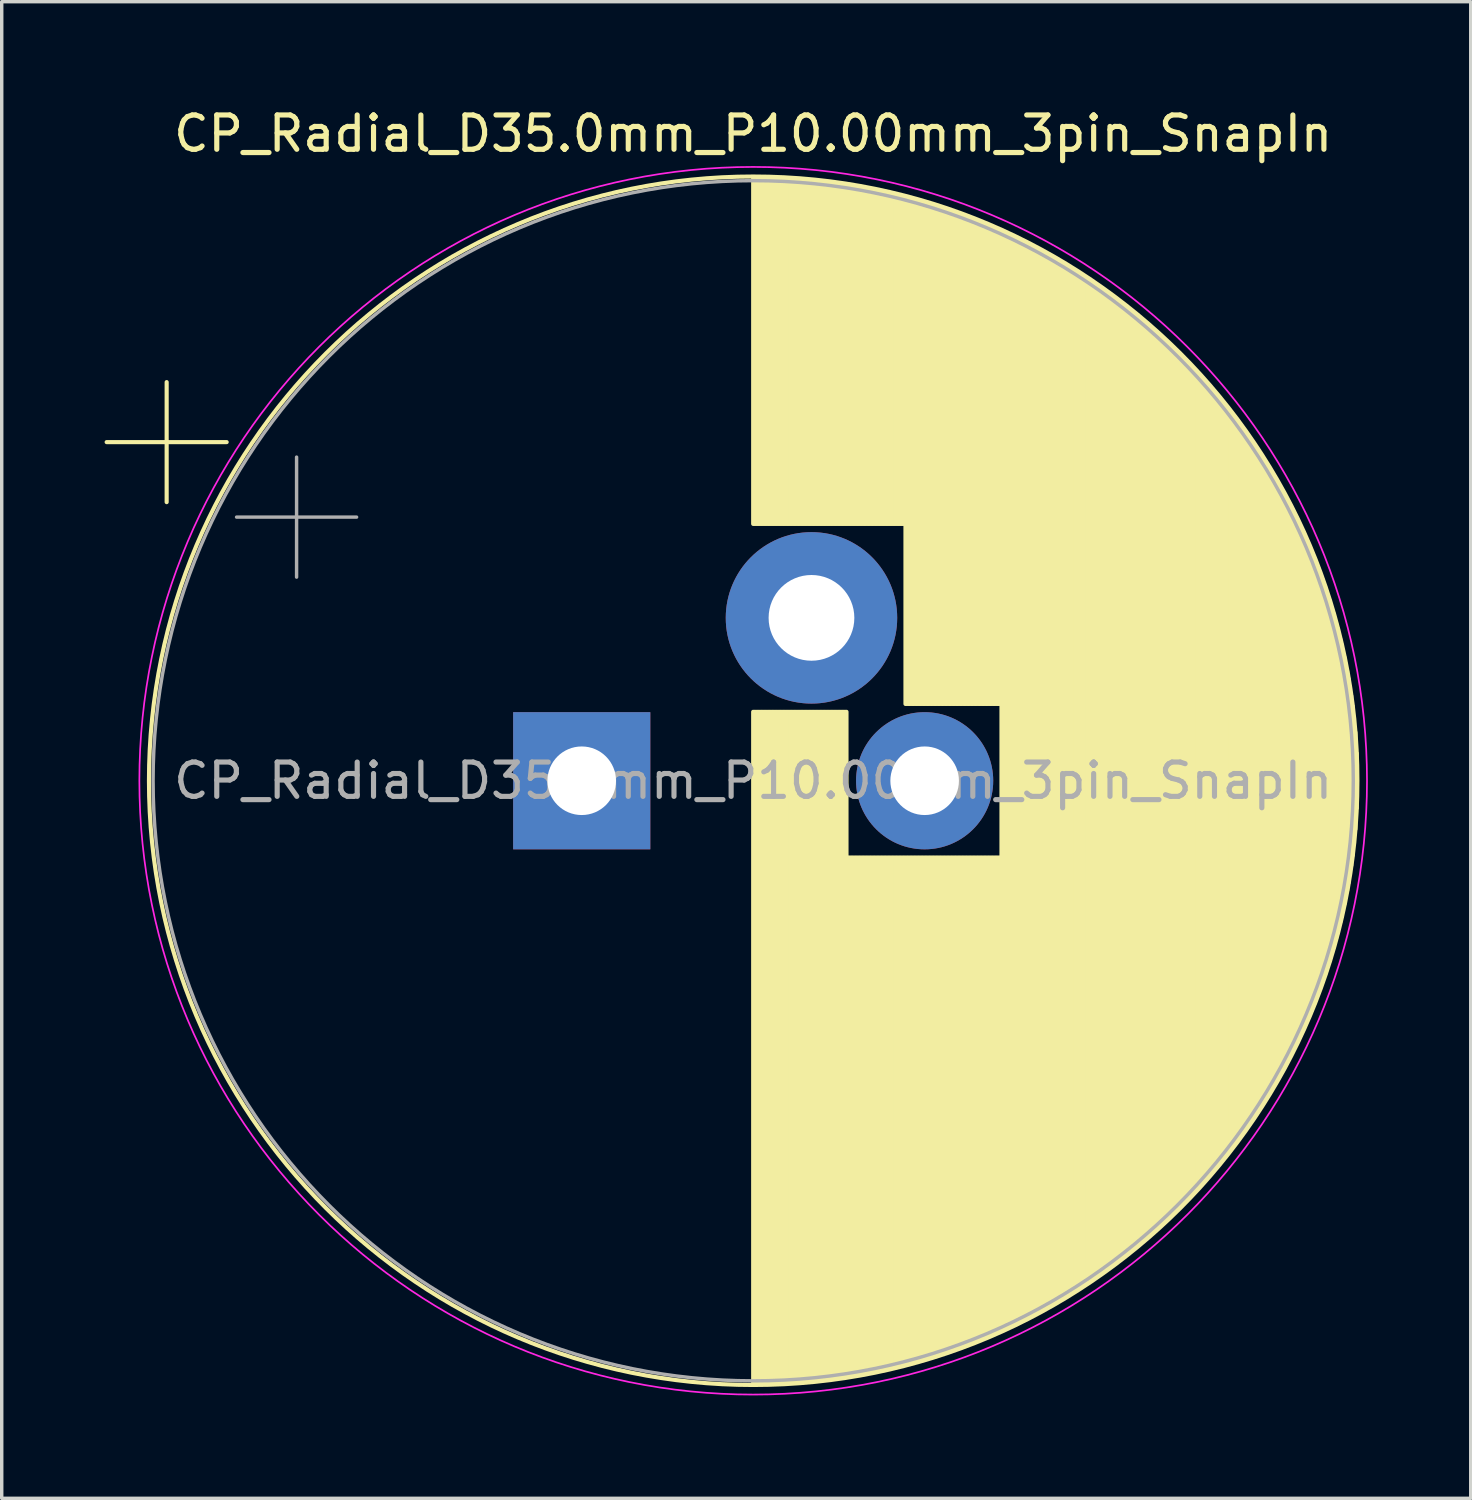
<source format=kicad_pcb>
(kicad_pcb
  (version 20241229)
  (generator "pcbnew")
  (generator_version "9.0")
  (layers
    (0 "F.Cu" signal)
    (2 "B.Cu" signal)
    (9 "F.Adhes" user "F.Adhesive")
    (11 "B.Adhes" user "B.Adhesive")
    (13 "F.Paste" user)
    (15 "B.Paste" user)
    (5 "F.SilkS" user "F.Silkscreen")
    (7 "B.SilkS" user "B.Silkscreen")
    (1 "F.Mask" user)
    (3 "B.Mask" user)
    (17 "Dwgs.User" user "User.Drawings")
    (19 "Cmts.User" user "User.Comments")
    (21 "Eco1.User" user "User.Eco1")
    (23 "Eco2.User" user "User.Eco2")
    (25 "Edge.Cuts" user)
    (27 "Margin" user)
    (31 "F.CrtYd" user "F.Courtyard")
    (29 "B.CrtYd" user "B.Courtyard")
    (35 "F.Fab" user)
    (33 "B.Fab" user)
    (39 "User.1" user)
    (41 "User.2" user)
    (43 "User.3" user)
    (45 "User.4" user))
  (footprint "CP_Radial_D35.0mm_P10.00mm_3pin_SnapIn"
    (layer "F.Cu")
    (at 13.914 19.718)
    (property "Reference" "CP_Radial_D35.0mm_P10.00mm_3pin_SnapIn" (at 5 -18.87 0) (layer "F.SilkS") (effects (font (size 1 1) (thickness 0.15))))
    (attr through_hole)
    (fp_line (start -13.854 -9.875) (end -10.354 -9.875) (stroke (width 0.12) (type solid)) (layer "F.SilkS"))
    (fp_line (start -12.104 -11.625) (end -12.104 -8.125) (stroke (width 0.12) (type solid)) (layer "F.SilkS"))
    (fp_line (start 5 -17.58) (end 5 -7.49) (stroke (width 0.12) (type solid)) (layer "F.SilkS"))
    (fp_line (start 5 -2.01) (end 5 17.58) (stroke (width 0.12) (type solid)) (layer "F.SilkS"))
    (fp_line (start 5.04 -17.58) (end 5.04 -7.49) (stroke (width 0.12) (type solid)) (layer "F.SilkS"))
    (fp_line (start 5.04 -2.01) (end 5.04 17.58) (stroke (width 0.12) (type solid)) (layer "F.SilkS"))
    (fp_line (start 5.08 -17.58) (end 5.08 -7.49) (stroke (width 0.12) (type solid)) (layer "F.SilkS"))
    (fp_line (start 5.08 -2.01) (end 5.08 17.58) (stroke (width 0.12) (type solid)) (layer "F.SilkS"))
    (fp_line (start 5.12 -17.58) (end 5.12 -7.49) (stroke (width 0.12) (type solid)) (layer "F.SilkS"))
    (fp_line (start 5.12 -2.01) (end 5.12 17.58) (stroke (width 0.12) (type solid)) (layer "F.SilkS"))
    (fp_line (start 5.16 -17.58) (end 5.16 -7.49) (stroke (width 0.12) (type solid)) (layer "F.SilkS"))
    (fp_line (start 5.16 -2.01) (end 5.16 17.58) (stroke (width 0.12) (type solid)) (layer "F.SilkS"))
    (fp_line (start 5.2 -17.579) (end 5.2 -7.49) (stroke (width 0.12) (type solid)) (layer "F.SilkS"))
    (fp_line (start 5.2 -2.01) (end 5.2 17.579) (stroke (width 0.12) (type solid)) (layer "F.SilkS"))
    (fp_line (start 5.24 -17.579) (end 5.24 -7.49) (stroke (width 0.12) (type solid)) (layer "F.SilkS"))
    (fp_line (start 5.24 -2.01) (end 5.24 17.579) (stroke (width 0.12) (type solid)) (layer "F.SilkS"))
    (fp_line (start 5.28 -17.578) (end 5.28 -7.49) (stroke (width 0.12) (type solid)) (layer "F.SilkS"))
    (fp_line (start 5.28 -2.01) (end 5.28 17.578) (stroke (width 0.12) (type solid)) (layer "F.SilkS"))
    (fp_line (start 5.32 -17.578) (end 5.32 -7.49) (stroke (width 0.12) (type solid)) (layer "F.SilkS"))
    (fp_line (start 5.32 -2.01) (end 5.32 17.578) (stroke (width 0.12) (type solid)) (layer "F.SilkS"))
    (fp_line (start 5.36 -17.577) (end 5.36 -7.49) (stroke (width 0.12) (type solid)) (layer "F.SilkS"))
    (fp_line (start 5.36 -2.01) (end 5.36 17.577) (stroke (width 0.12) (type solid)) (layer "F.SilkS"))
    (fp_line (start 5.4 -17.576) (end 5.4 -7.49) (stroke (width 0.12) (type solid)) (layer "F.SilkS"))
    (fp_line (start 5.4 -2.01) (end 5.4 17.576) (stroke (width 0.12) (type solid)) (layer "F.SilkS"))
    (fp_line (start 5.44 -17.575) (end 5.44 -7.49) (stroke (width 0.12) (type solid)) (layer "F.SilkS"))
    (fp_line (start 5.44 -2.01) (end 5.44 17.575) (stroke (width 0.12) (type solid)) (layer "F.SilkS"))
    (fp_line (start 5.48 -17.574) (end 5.48 -7.49) (stroke (width 0.12) (type solid)) (layer "F.SilkS"))
    (fp_line (start 5.48 -2.01) (end 5.48 17.574) (stroke (width 0.12) (type solid)) (layer "F.SilkS"))
    (fp_line (start 5.52 -17.573) (end 5.52 -7.49) (stroke (width 0.12) (type solid)) (layer "F.SilkS"))
    (fp_line (start 5.52 -2.01) (end 5.52 17.573) (stroke (width 0.12) (type solid)) (layer "F.SilkS"))
    (fp_line (start 5.56 -17.572) (end 5.56 -7.49) (stroke (width 0.12) (type solid)) (layer "F.SilkS"))
    (fp_line (start 5.56 -2.01) (end 5.56 17.572) (stroke (width 0.12) (type solid)) (layer "F.SilkS"))
    (fp_line (start 5.6 -17.57) (end 5.6 -7.49) (stroke (width 0.12) (type solid)) (layer "F.SilkS"))
    (fp_line (start 5.6 -2.01) (end 5.6 17.57) (stroke (width 0.12) (type solid)) (layer "F.SilkS"))
    (fp_line (start 5.64 -17.569) (end 5.64 -7.49) (stroke (width 0.12) (type solid)) (layer "F.SilkS"))
    (fp_line (start 5.64 -2.01) (end 5.64 17.569) (stroke (width 0.12) (type solid)) (layer "F.SilkS"))
    (fp_line (start 5.68 -17.567) (end 5.68 -7.49) (stroke (width 0.12) (type solid)) (layer "F.SilkS"))
    (fp_line (start 5.68 -2.01) (end 5.68 17.567) (stroke (width 0.12) (type solid)) (layer "F.SilkS"))
    (fp_line (start 5.721 -17.566) (end 5.721 -7.49) (stroke (width 0.12) (type solid)) (layer "F.SilkS"))
    (fp_line (start 5.721 -2.01) (end 5.721 17.566) (stroke (width 0.12) (type solid)) (layer "F.SilkS"))
    (fp_line (start 5.761 -17.564) (end 5.761 -7.49) (stroke (width 0.12) (type solid)) (layer "F.SilkS"))
    (fp_line (start 5.761 -2.01) (end 5.761 17.564) (stroke (width 0.12) (type solid)) (layer "F.SilkS"))
    (fp_line (start 5.801 -17.562) (end 5.801 -7.49) (stroke (width 0.12) (type solid)) (layer "F.SilkS"))
    (fp_line (start 5.801 -2.01) (end 5.801 17.562) (stroke (width 0.12) (type solid)) (layer "F.SilkS"))
    (fp_line (start 5.841 -17.56) (end 5.841 -7.49) (stroke (width 0.12) (type solid)) (layer "F.SilkS"))
    (fp_line (start 5.841 -2.01) (end 5.841 17.56) (stroke (width 0.12) (type solid)) (layer "F.SilkS"))
    (fp_line (start 5.881 -17.559) (end 5.881 -7.49) (stroke (width 0.12) (type solid)) (layer "F.SilkS"))
    (fp_line (start 5.881 -2.01) (end 5.881 17.559) (stroke (width 0.12) (type solid)) (layer "F.SilkS"))
    (fp_line (start 5.921 -17.556) (end 5.921 -7.49) (stroke (width 0.12) (type solid)) (layer "F.SilkS"))
    (fp_line (start 5.921 -2.01) (end 5.921 17.556) (stroke (width 0.12) (type solid)) (layer "F.SilkS"))
    (fp_line (start 5.961 -17.554) (end 5.961 -7.49) (stroke (width 0.12) (type solid)) (layer "F.SilkS"))
    (fp_line (start 5.961 -2.01) (end 5.961 17.554) (stroke (width 0.12) (type solid)) (layer "F.SilkS"))
    (fp_line (start 6.001 -17.552) (end 6.001 -7.49) (stroke (width 0.12) (type solid)) (layer "F.SilkS"))
    (fp_line (start 6.001 -2.01) (end 6.001 17.552) (stroke (width 0.12) (type solid)) (layer "F.SilkS"))
    (fp_line (start 6.041 -17.55) (end 6.041 -7.49) (stroke (width 0.12) (type solid)) (layer "F.SilkS"))
    (fp_line (start 6.041 -2.01) (end 6.041 17.55) (stroke (width 0.12) (type solid)) (layer "F.SilkS"))
    (fp_line (start 6.081 -17.547) (end 6.081 -7.49) (stroke (width 0.12) (type solid)) (layer "F.SilkS"))
    (fp_line (start 6.081 -2.01) (end 6.081 17.547) (stroke (width 0.12) (type solid)) (layer "F.SilkS"))
    (fp_line (start 6.121 -17.545) (end 6.121 -7.49) (stroke (width 0.12) (type solid)) (layer "F.SilkS"))
    (fp_line (start 6.121 -2.01) (end 6.121 17.545) (stroke (width 0.12) (type solid)) (layer "F.SilkS"))
    (fp_line (start 6.161 -17.542) (end 6.161 -7.49) (stroke (width 0.12) (type solid)) (layer "F.SilkS"))
    (fp_line (start 6.161 -2.01) (end 6.161 17.542) (stroke (width 0.12) (type solid)) (layer "F.SilkS"))
    (fp_line (start 6.201 -17.54) (end 6.201 -7.49) (stroke (width 0.12) (type solid)) (layer "F.SilkS"))
    (fp_line (start 6.201 -2.01) (end 6.201 17.54) (stroke (width 0.12) (type solid)) (layer "F.SilkS"))
    (fp_line (start 6.241 -17.537) (end 6.241 -7.49) (stroke (width 0.12) (type solid)) (layer "F.SilkS"))
    (fp_line (start 6.241 -2.01) (end 6.241 17.537) (stroke (width 0.12) (type solid)) (layer "F.SilkS"))
    (fp_line (start 6.281 -17.534) (end 6.281 -7.49) (stroke (width 0.12) (type solid)) (layer "F.SilkS"))
    (fp_line (start 6.281 -2.01) (end 6.281 17.534) (stroke (width 0.12) (type solid)) (layer "F.SilkS"))
    (fp_line (start 6.321 -17.531) (end 6.321 -7.49) (stroke (width 0.12) (type solid)) (layer "F.SilkS"))
    (fp_line (start 6.321 -2.01) (end 6.321 17.531) (stroke (width 0.12) (type solid)) (layer "F.SilkS"))
    (fp_line (start 6.361 -17.528) (end 6.361 -7.49) (stroke (width 0.12) (type solid)) (layer "F.SilkS"))
    (fp_line (start 6.361 -2.01) (end 6.361 17.528) (stroke (width 0.12) (type solid)) (layer "F.SilkS"))
    (fp_line (start 6.401 -17.525) (end 6.401 -7.49) (stroke (width 0.12) (type solid)) (layer "F.SilkS"))
    (fp_line (start 6.401 -2.01) (end 6.401 17.525) (stroke (width 0.12) (type solid)) (layer "F.SilkS"))
    (fp_line (start 6.441 -17.522) (end 6.441 -7.49) (stroke (width 0.12) (type solid)) (layer "F.SilkS"))
    (fp_line (start 6.441 -2.01) (end 6.441 17.522) (stroke (width 0.12) (type solid)) (layer "F.SilkS"))
    (fp_line (start 6.481 -17.518) (end 6.481 -7.49) (stroke (width 0.12) (type solid)) (layer "F.SilkS"))
    (fp_line (start 6.481 -2.01) (end 6.481 17.518) (stroke (width 0.12) (type solid)) (layer "F.SilkS"))
    (fp_line (start 6.521 -17.515) (end 6.521 -7.49) (stroke (width 0.12) (type solid)) (layer "F.SilkS"))
    (fp_line (start 6.521 -2.01) (end 6.521 17.515) (stroke (width 0.12) (type solid)) (layer "F.SilkS"))
    (fp_line (start 6.561 -17.511) (end 6.561 -7.49) (stroke (width 0.12) (type solid)) (layer "F.SilkS"))
    (fp_line (start 6.561 -2.01) (end 6.561 17.511) (stroke (width 0.12) (type solid)) (layer "F.SilkS"))
    (fp_line (start 6.601 -17.508) (end 6.601 -7.49) (stroke (width 0.12) (type solid)) (layer "F.SilkS"))
    (fp_line (start 6.601 -2.01) (end 6.601 17.508) (stroke (width 0.12) (type solid)) (layer "F.SilkS"))
    (fp_line (start 6.641 -17.504) (end 6.641 -7.49) (stroke (width 0.12) (type solid)) (layer "F.SilkS"))
    (fp_line (start 6.641 -2.01) (end 6.641 17.504) (stroke (width 0.12) (type solid)) (layer "F.SilkS"))
    (fp_line (start 6.681 -17.5) (end 6.681 -7.49) (stroke (width 0.12) (type solid)) (layer "F.SilkS"))
    (fp_line (start 6.681 -2.01) (end 6.681 17.5) (stroke (width 0.12) (type solid)) (layer "F.SilkS"))
    (fp_line (start 6.721 -17.496) (end 6.721 -7.49) (stroke (width 0.12) (type solid)) (layer "F.SilkS"))
    (fp_line (start 6.721 -2.01) (end 6.721 17.496) (stroke (width 0.12) (type solid)) (layer "F.SilkS"))
    (fp_line (start 6.761 -17.492) (end 6.761 -7.49) (stroke (width 0.12) (type solid)) (layer "F.SilkS"))
    (fp_line (start 6.761 -2.01) (end 6.761 17.492) (stroke (width 0.12) (type solid)) (layer "F.SilkS"))
    (fp_line (start 6.801 -17.488) (end 6.801 -7.49) (stroke (width 0.12) (type solid)) (layer "F.SilkS"))
    (fp_line (start 6.801 -2.01) (end 6.801 17.488) (stroke (width 0.12) (type solid)) (layer "F.SilkS"))
    (fp_line (start 6.841 -17.484) (end 6.841 -7.49) (stroke (width 0.12) (type solid)) (layer "F.SilkS"))
    (fp_line (start 6.841 -2.01) (end 6.841 17.484) (stroke (width 0.12) (type solid)) (layer "F.SilkS"))
    (fp_line (start 6.881 -17.48) (end 6.881 -7.49) (stroke (width 0.12) (type solid)) (layer "F.SilkS"))
    (fp_line (start 6.881 -2.01) (end 6.881 17.48) (stroke (width 0.12) (type solid)) (layer "F.SilkS"))
    (fp_line (start 6.921 -17.476) (end 6.921 -7.49) (stroke (width 0.12) (type solid)) (layer "F.SilkS"))
    (fp_line (start 6.921 -2.01) (end 6.921 17.476) (stroke (width 0.12) (type solid)) (layer "F.SilkS"))
    (fp_line (start 6.961 -17.471) (end 6.961 -7.49) (stroke (width 0.12) (type solid)) (layer "F.SilkS"))
    (fp_line (start 6.961 -2.01) (end 6.961 17.471) (stroke (width 0.12) (type solid)) (layer "F.SilkS"))
    (fp_line (start 7.001 -17.467) (end 7.001 -7.49) (stroke (width 0.12) (type solid)) (layer "F.SilkS"))
    (fp_line (start 7.001 -2.01) (end 7.001 17.467) (stroke (width 0.12) (type solid)) (layer "F.SilkS"))
    (fp_line (start 7.041 -17.462) (end 7.041 -7.49) (stroke (width 0.12) (type solid)) (layer "F.SilkS"))
    (fp_line (start 7.041 -2.01) (end 7.041 17.462) (stroke (width 0.12) (type solid)) (layer "F.SilkS"))
    (fp_line (start 7.081 -17.457) (end 7.081 -7.49) (stroke (width 0.12) (type solid)) (layer "F.SilkS"))
    (fp_line (start 7.081 -2.01) (end 7.081 17.457) (stroke (width 0.12) (type solid)) (layer "F.SilkS"))
    (fp_line (start 7.121 -17.452) (end 7.121 -7.49) (stroke (width 0.12) (type solid)) (layer "F.SilkS"))
    (fp_line (start 7.121 -2.01) (end 7.121 17.452) (stroke (width 0.12) (type solid)) (layer "F.SilkS"))
    (fp_line (start 7.161 -17.448) (end 7.161 -7.49) (stroke (width 0.12) (type solid)) (layer "F.SilkS"))
    (fp_line (start 7.161 -2.01) (end 7.161 17.448) (stroke (width 0.12) (type solid)) (layer "F.SilkS"))
    (fp_line (start 7.201 -17.443) (end 7.201 -7.49) (stroke (width 0.12) (type solid)) (layer "F.SilkS"))
    (fp_line (start 7.201 -2.01) (end 7.201 17.443) (stroke (width 0.12) (type solid)) (layer "F.SilkS"))
    (fp_line (start 7.241 -17.438) (end 7.241 -7.49) (stroke (width 0.12) (type solid)) (layer "F.SilkS"))
    (fp_line (start 7.241 -2.01) (end 7.241 17.438) (stroke (width 0.12) (type solid)) (layer "F.SilkS"))
    (fp_line (start 7.281 -17.432) (end 7.281 -7.49) (stroke (width 0.12) (type solid)) (layer "F.SilkS"))
    (fp_line (start 7.281 -2.01) (end 7.281 17.432) (stroke (width 0.12) (type solid)) (layer "F.SilkS"))
    (fp_line (start 7.321 -17.427) (end 7.321 -7.49) (stroke (width 0.12) (type solid)) (layer "F.SilkS"))
    (fp_line (start 7.321 -2.01) (end 7.321 17.427) (stroke (width 0.12) (type solid)) (layer "F.SilkS"))
    (fp_line (start 7.361 -17.422) (end 7.361 -7.49) (stroke (width 0.12) (type solid)) (layer "F.SilkS"))
    (fp_line (start 7.361 -2.01) (end 7.361 17.422) (stroke (width 0.12) (type solid)) (layer "F.SilkS"))
    (fp_line (start 7.401 -17.416) (end 7.401 -7.49) (stroke (width 0.12) (type solid)) (layer "F.SilkS"))
    (fp_line (start 7.401 -2.01) (end 7.401 17.416) (stroke (width 0.12) (type solid)) (layer "F.SilkS"))
    (fp_line (start 7.441 -17.411) (end 7.441 -7.49) (stroke (width 0.12) (type solid)) (layer "F.SilkS"))
    (fp_line (start 7.441 -2.01) (end 7.441 17.411) (stroke (width 0.12) (type solid)) (layer "F.SilkS"))
    (fp_line (start 7.481 -17.405) (end 7.481 -7.49) (stroke (width 0.12) (type solid)) (layer "F.SilkS"))
    (fp_line (start 7.481 -2.01) (end 7.481 17.405) (stroke (width 0.12) (type solid)) (layer "F.SilkS"))
    (fp_line (start 7.521 -17.399) (end 7.521 -7.49) (stroke (width 0.12) (type solid)) (layer "F.SilkS"))
    (fp_line (start 7.521 -2.01) (end 7.521 17.399) (stroke (width 0.12) (type solid)) (layer "F.SilkS"))
    (fp_line (start 7.561 -17.394) (end 7.561 -7.49) (stroke (width 0.12) (type solid)) (layer "F.SilkS"))
    (fp_line (start 7.561 -2.01) (end 7.561 17.394) (stroke (width 0.12) (type solid)) (layer "F.SilkS"))
    (fp_line (start 7.601 -17.388) (end 7.601 -7.49) (stroke (width 0.12) (type solid)) (layer "F.SilkS"))
    (fp_line (start 7.601 -2.01) (end 7.601 17.388) (stroke (width 0.12) (type solid)) (layer "F.SilkS"))
    (fp_line (start 7.641 -17.382) (end 7.641 -7.49) (stroke (width 0.12) (type solid)) (layer "F.SilkS"))
    (fp_line (start 7.641 -2.01) (end 7.641 17.382) (stroke (width 0.12) (type solid)) (layer "F.SilkS"))
    (fp_line (start 7.681 -17.375) (end 7.681 -7.49) (stroke (width 0.12) (type solid)) (layer "F.SilkS"))
    (fp_line (start 7.681 -2.01) (end 7.681 17.375) (stroke (width 0.12) (type solid)) (layer "F.SilkS"))
    (fp_line (start 7.721 -17.369) (end 7.721 -7.49) (stroke (width 0.12) (type solid)) (layer "F.SilkS"))
    (fp_line (start 7.721 -2.01) (end 7.721 17.369) (stroke (width 0.12) (type solid)) (layer "F.SilkS"))
    (fp_line (start 7.761 -17.363) (end 7.761 -7.49) (stroke (width 0.12) (type solid)) (layer "F.SilkS"))
    (fp_line (start 7.761 2.24) (end 7.761 17.363) (stroke (width 0.12) (type solid)) (layer "F.SilkS"))
    (fp_line (start 7.801 -17.357) (end 7.801 -7.49) (stroke (width 0.12) (type solid)) (layer "F.SilkS"))
    (fp_line (start 7.801 2.24) (end 7.801 17.357) (stroke (width 0.12) (type solid)) (layer "F.SilkS"))
    (fp_line (start 7.841 -17.35) (end 7.841 -7.49) (stroke (width 0.12) (type solid)) (layer "F.SilkS"))
    (fp_line (start 7.841 2.24) (end 7.841 17.35) (stroke (width 0.12) (type solid)) (layer "F.SilkS"))
    (fp_line (start 7.881 -17.344) (end 7.881 -7.49) (stroke (width 0.12) (type solid)) (layer "F.SilkS"))
    (fp_line (start 7.881 2.24) (end 7.881 17.344) (stroke (width 0.12) (type solid)) (layer "F.SilkS"))
    (fp_line (start 7.921 -17.337) (end 7.921 -7.49) (stroke (width 0.12) (type solid)) (layer "F.SilkS"))
    (fp_line (start 7.921 2.24) (end 7.921 17.337) (stroke (width 0.12) (type solid)) (layer "F.SilkS"))
    (fp_line (start 7.961 -17.33) (end 7.961 -7.49) (stroke (width 0.12) (type solid)) (layer "F.SilkS"))
    (fp_line (start 7.961 2.24) (end 7.961 17.33) (stroke (width 0.12) (type solid)) (layer "F.SilkS"))
    (fp_line (start 8.001 -17.323) (end 8.001 -7.49) (stroke (width 0.12) (type solid)) (layer "F.SilkS"))
    (fp_line (start 8.001 2.24) (end 8.001 17.323) (stroke (width 0.12) (type solid)) (layer "F.SilkS"))
    (fp_line (start 8.041 -17.316) (end 8.041 -7.49) (stroke (width 0.12) (type solid)) (layer "F.SilkS"))
    (fp_line (start 8.041 2.24) (end 8.041 17.316) (stroke (width 0.12) (type solid)) (layer "F.SilkS"))
    (fp_line (start 8.081 -17.309) (end 8.081 -7.49) (stroke (width 0.12) (type solid)) (layer "F.SilkS"))
    (fp_line (start 8.081 2.24) (end 8.081 17.309) (stroke (width 0.12) (type solid)) (layer "F.SilkS"))
    (fp_line (start 8.121 -17.302) (end 8.121 -7.49) (stroke (width 0.12) (type solid)) (layer "F.SilkS"))
    (fp_line (start 8.121 2.24) (end 8.121 17.302) (stroke (width 0.12) (type solid)) (layer "F.SilkS"))
    (fp_line (start 8.161 -17.295) (end 8.161 -7.49) (stroke (width 0.12) (type solid)) (layer "F.SilkS"))
    (fp_line (start 8.161 2.24) (end 8.161 17.295) (stroke (width 0.12) (type solid)) (layer "F.SilkS"))
    (fp_line (start 8.201 -17.287) (end 8.201 -7.49) (stroke (width 0.12) (type solid)) (layer "F.SilkS"))
    (fp_line (start 8.201 2.24) (end 8.201 17.287) (stroke (width 0.12) (type solid)) (layer "F.SilkS"))
    (fp_line (start 8.241 -17.28) (end 8.241 -7.49) (stroke (width 0.12) (type solid)) (layer "F.SilkS"))
    (fp_line (start 8.241 2.24) (end 8.241 17.28) (stroke (width 0.12) (type solid)) (layer "F.SilkS"))
    (fp_line (start 8.281 -17.273) (end 8.281 -7.49) (stroke (width 0.12) (type solid)) (layer "F.SilkS"))
    (fp_line (start 8.281 2.24) (end 8.281 17.273) (stroke (width 0.12) (type solid)) (layer "F.SilkS"))
    (fp_line (start 8.321 -17.265) (end 8.321 -7.49) (stroke (width 0.12) (type solid)) (layer "F.SilkS"))
    (fp_line (start 8.321 2.24) (end 8.321 17.265) (stroke (width 0.12) (type solid)) (layer "F.SilkS"))
    (fp_line (start 8.361 -17.257) (end 8.361 -7.49) (stroke (width 0.12) (type solid)) (layer "F.SilkS"))
    (fp_line (start 8.361 2.24) (end 8.361 17.257) (stroke (width 0.12) (type solid)) (layer "F.SilkS"))
    (fp_line (start 8.401 -17.249) (end 8.401 -7.49) (stroke (width 0.12) (type solid)) (layer "F.SilkS"))
    (fp_line (start 8.401 2.24) (end 8.401 17.249) (stroke (width 0.12) (type solid)) (layer "F.SilkS"))
    (fp_line (start 8.441 -17.241) (end 8.441 -7.49) (stroke (width 0.12) (type solid)) (layer "F.SilkS"))
    (fp_line (start 8.441 2.24) (end 8.441 17.241) (stroke (width 0.12) (type solid)) (layer "F.SilkS"))
    (fp_line (start 8.481 -17.233) (end 8.481 -7.49) (stroke (width 0.12) (type solid)) (layer "F.SilkS"))
    (fp_line (start 8.481 2.24) (end 8.481 17.233) (stroke (width 0.12) (type solid)) (layer "F.SilkS"))
    (fp_line (start 8.521 -17.225) (end 8.521 -7.49) (stroke (width 0.12) (type solid)) (layer "F.SilkS"))
    (fp_line (start 8.521 2.24) (end 8.521 17.225) (stroke (width 0.12) (type solid)) (layer "F.SilkS"))
    (fp_line (start 8.561 -17.217) (end 8.561 -7.49) (stroke (width 0.12) (type solid)) (layer "F.SilkS"))
    (fp_line (start 8.561 2.24) (end 8.561 17.217) (stroke (width 0.12) (type solid)) (layer "F.SilkS"))
    (fp_line (start 8.601 -17.209) (end 8.601 -7.49) (stroke (width 0.12) (type solid)) (layer "F.SilkS"))
    (fp_line (start 8.601 2.24) (end 8.601 17.209) (stroke (width 0.12) (type solid)) (layer "F.SilkS"))
    (fp_line (start 8.641 -17.2) (end 8.641 -7.49) (stroke (width 0.12) (type solid)) (layer "F.SilkS"))
    (fp_line (start 8.641 2.24) (end 8.641 17.2) (stroke (width 0.12) (type solid)) (layer "F.SilkS"))
    (fp_line (start 8.681 -17.192) (end 8.681 -7.49) (stroke (width 0.12) (type solid)) (layer "F.SilkS"))
    (fp_line (start 8.681 2.24) (end 8.681 17.192) (stroke (width 0.12) (type solid)) (layer "F.SilkS"))
    (fp_line (start 8.721 -17.183) (end 8.721 -7.49) (stroke (width 0.12) (type solid)) (layer "F.SilkS"))
    (fp_line (start 8.721 2.24) (end 8.721 17.183) (stroke (width 0.12) (type solid)) (layer "F.SilkS"))
    (fp_line (start 8.761 -17.175) (end 8.761 -7.49) (stroke (width 0.12) (type solid)) (layer "F.SilkS"))
    (fp_line (start 8.761 2.24) (end 8.761 17.175) (stroke (width 0.12) (type solid)) (layer "F.SilkS"))
    (fp_line (start 8.801 -17.166) (end 8.801 -7.49) (stroke (width 0.12) (type solid)) (layer "F.SilkS"))
    (fp_line (start 8.801 2.24) (end 8.801 17.166) (stroke (width 0.12) (type solid)) (layer "F.SilkS"))
    (fp_line (start 8.841 -17.157) (end 8.841 -7.49) (stroke (width 0.12) (type solid)) (layer "F.SilkS"))
    (fp_line (start 8.841 2.24) (end 8.841 17.157) (stroke (width 0.12) (type solid)) (layer "F.SilkS"))
    (fp_line (start 8.881 -17.148) (end 8.881 -7.49) (stroke (width 0.12) (type solid)) (layer "F.SilkS"))
    (fp_line (start 8.881 2.24) (end 8.881 17.148) (stroke (width 0.12) (type solid)) (layer "F.SilkS"))
    (fp_line (start 8.921 -17.139) (end 8.921 -7.49) (stroke (width 0.12) (type solid)) (layer "F.SilkS"))
    (fp_line (start 8.921 2.24) (end 8.921 17.139) (stroke (width 0.12) (type solid)) (layer "F.SilkS"))
    (fp_line (start 8.961 -17.13) (end 8.961 -7.49) (stroke (width 0.12) (type solid)) (layer "F.SilkS"))
    (fp_line (start 8.961 2.24) (end 8.961 17.13) (stroke (width 0.12) (type solid)) (layer "F.SilkS"))
    (fp_line (start 9.001 -17.12) (end 9.001 -7.49) (stroke (width 0.12) (type solid)) (layer "F.SilkS"))
    (fp_line (start 9.001 2.24) (end 9.001 17.12) (stroke (width 0.12) (type solid)) (layer "F.SilkS"))
    (fp_line (start 9.041 -17.111) (end 9.041 -7.49) (stroke (width 0.12) (type solid)) (layer "F.SilkS"))
    (fp_line (start 9.041 2.24) (end 9.041 17.111) (stroke (width 0.12) (type solid)) (layer "F.SilkS"))
    (fp_line (start 9.081 -17.102) (end 9.081 -7.49) (stroke (width 0.12) (type solid)) (layer "F.SilkS"))
    (fp_line (start 9.081 2.24) (end 9.081 17.102) (stroke (width 0.12) (type solid)) (layer "F.SilkS"))
    (fp_line (start 9.121 -17.092) (end 9.121 -7.49) (stroke (width 0.12) (type solid)) (layer "F.SilkS"))
    (fp_line (start 9.121 2.24) (end 9.121 17.092) (stroke (width 0.12) (type solid)) (layer "F.SilkS"))
    (fp_line (start 9.161 -17.082) (end 9.161 -7.49) (stroke (width 0.12) (type solid)) (layer "F.SilkS"))
    (fp_line (start 9.161 2.24) (end 9.161 17.082) (stroke (width 0.12) (type solid)) (layer "F.SilkS"))
    (fp_line (start 9.201 -17.073) (end 9.201 -7.49) (stroke (width 0.12) (type solid)) (layer "F.SilkS"))
    (fp_line (start 9.201 2.24) (end 9.201 17.073) (stroke (width 0.12) (type solid)) (layer "F.SilkS"))
    (fp_line (start 9.241 -17.063) (end 9.241 -7.49) (stroke (width 0.12) (type solid)) (layer "F.SilkS"))
    (fp_line (start 9.241 2.24) (end 9.241 17.063) (stroke (width 0.12) (type solid)) (layer "F.SilkS"))
    (fp_line (start 9.281 -17.053) (end 9.281 -7.49) (stroke (width 0.12) (type solid)) (layer "F.SilkS"))
    (fp_line (start 9.281 2.24) (end 9.281 17.053) (stroke (width 0.12) (type solid)) (layer "F.SilkS"))
    (fp_line (start 9.321 -17.043) (end 9.321 -7.49) (stroke (width 0.12) (type solid)) (layer "F.SilkS"))
    (fp_line (start 9.321 2.24) (end 9.321 17.043) (stroke (width 0.12) (type solid)) (layer "F.SilkS"))
    (fp_line (start 9.361 -17.033) (end 9.361 -7.49) (stroke (width 0.12) (type solid)) (layer "F.SilkS"))
    (fp_line (start 9.361 2.24) (end 9.361 17.033) (stroke (width 0.12) (type solid)) (layer "F.SilkS"))
    (fp_line (start 9.401 -17.022) (end 9.401 -7.49) (stroke (width 0.12) (type solid)) (layer "F.SilkS"))
    (fp_line (start 9.401 2.24) (end 9.401 17.022) (stroke (width 0.12) (type solid)) (layer "F.SilkS"))
    (fp_line (start 9.441 -17.012) (end 9.441 -2.24) (stroke (width 0.12) (type solid)) (layer "F.SilkS"))
    (fp_line (start 9.441 2.24) (end 9.441 17.012) (stroke (width 0.12) (type solid)) (layer "F.SilkS"))
    (fp_line (start 9.481 -17.001) (end 9.481 -2.24) (stroke (width 0.12) (type solid)) (layer "F.SilkS"))
    (fp_line (start 9.481 2.24) (end 9.481 17.001) (stroke (width 0.12) (type solid)) (layer "F.SilkS"))
    (fp_line (start 9.521 -16.991) (end 9.521 -2.24) (stroke (width 0.12) (type solid)) (layer "F.SilkS"))
    (fp_line (start 9.521 2.24) (end 9.521 16.991) (stroke (width 0.12) (type solid)) (layer "F.SilkS"))
    (fp_line (start 9.561 -16.98) (end 9.561 -2.24) (stroke (width 0.12) (type solid)) (layer "F.SilkS"))
    (fp_line (start 9.561 2.24) (end 9.561 16.98) (stroke (width 0.12) (type solid)) (layer "F.SilkS"))
    (fp_line (start 9.601 -16.969) (end 9.601 -2.24) (stroke (width 0.12) (type solid)) (layer "F.SilkS"))
    (fp_line (start 9.601 2.24) (end 9.601 16.969) (stroke (width 0.12) (type solid)) (layer "F.SilkS"))
    (fp_line (start 9.641 -16.959) (end 9.641 -2.24) (stroke (width 0.12) (type solid)) (layer "F.SilkS"))
    (fp_line (start 9.641 2.24) (end 9.641 16.959) (stroke (width 0.12) (type solid)) (layer "F.SilkS"))
    (fp_line (start 9.681 -16.948) (end 9.681 -2.24) (stroke (width 0.12) (type solid)) (layer "F.SilkS"))
    (fp_line (start 9.681 2.24) (end 9.681 16.948) (stroke (width 0.12) (type solid)) (layer "F.SilkS"))
    (fp_line (start 9.721 -16.937) (end 9.721 -2.24) (stroke (width 0.12) (type solid)) (layer "F.SilkS"))
    (fp_line (start 9.721 2.24) (end 9.721 16.937) (stroke (width 0.12) (type solid)) (layer "F.SilkS"))
    (fp_line (start 9.761 -16.925) (end 9.761 -2.24) (stroke (width 0.12) (type solid)) (layer "F.SilkS"))
    (fp_line (start 9.761 2.24) (end 9.761 16.925) (stroke (width 0.12) (type solid)) (layer "F.SilkS"))
    (fp_line (start 9.801 -16.914) (end 9.801 -2.24) (stroke (width 0.12) (type solid)) (layer "F.SilkS"))
    (fp_line (start 9.801 2.24) (end 9.801 16.914) (stroke (width 0.12) (type solid)) (layer "F.SilkS"))
    (fp_line (start 9.841 -16.903) (end 9.841 -2.24) (stroke (width 0.12) (type solid)) (layer "F.SilkS"))
    (fp_line (start 9.841 2.24) (end 9.841 16.903) (stroke (width 0.12) (type solid)) (layer "F.SilkS"))
    (fp_line (start 9.881 -16.891) (end 9.881 -2.24) (stroke (width 0.12) (type solid)) (layer "F.SilkS"))
    (fp_line (start 9.881 2.24) (end 9.881 16.891) (stroke (width 0.12) (type solid)) (layer "F.SilkS"))
    (fp_line (start 9.921 -16.88) (end 9.921 -2.24) (stroke (width 0.12) (type solid)) (layer "F.SilkS"))
    (fp_line (start 9.921 2.24) (end 9.921 16.88) (stroke (width 0.12) (type solid)) (layer "F.SilkS"))
    (fp_line (start 9.961 -16.868) (end 9.961 -2.24) (stroke (width 0.12) (type solid)) (layer "F.SilkS"))
    (fp_line (start 9.961 2.24) (end 9.961 16.868) (stroke (width 0.12) (type solid)) (layer "F.SilkS"))
    (fp_line (start 10.001 -16.856) (end 10.001 -2.24) (stroke (width 0.12) (type solid)) (layer "F.SilkS"))
    (fp_line (start 10.001 2.24) (end 10.001 16.856) (stroke (width 0.12) (type solid)) (layer "F.SilkS"))
    (fp_line (start 10.041 -16.844) (end 10.041 -2.24) (stroke (width 0.12) (type solid)) (layer "F.SilkS"))
    (fp_line (start 10.041 2.24) (end 10.041 16.844) (stroke (width 0.12) (type solid)) (layer "F.SilkS"))
    (fp_line (start 10.081 -16.832) (end 10.081 -2.24) (stroke (width 0.12) (type solid)) (layer "F.SilkS"))
    (fp_line (start 10.081 2.24) (end 10.081 16.832) (stroke (width 0.12) (type solid)) (layer "F.SilkS"))
    (fp_line (start 10.121 -16.82) (end 10.121 -2.24) (stroke (width 0.12) (type solid)) (layer "F.SilkS"))
    (fp_line (start 10.121 2.24) (end 10.121 16.82) (stroke (width 0.12) (type solid)) (layer "F.SilkS"))
    (fp_line (start 10.161 -16.808) (end 10.161 -2.24) (stroke (width 0.12) (type solid)) (layer "F.SilkS"))
    (fp_line (start 10.161 2.24) (end 10.161 16.808) (stroke (width 0.12) (type solid)) (layer "F.SilkS"))
    (fp_line (start 10.201 -16.796) (end 10.201 -2.24) (stroke (width 0.12) (type solid)) (layer "F.SilkS"))
    (fp_line (start 10.201 2.24) (end 10.201 16.796) (stroke (width 0.12) (type solid)) (layer "F.SilkS"))
    (fp_line (start 10.241 -16.783) (end 10.241 -2.24) (stroke (width 0.12) (type solid)) (layer "F.SilkS"))
    (fp_line (start 10.241 2.24) (end 10.241 16.783) (stroke (width 0.12) (type solid)) (layer "F.SilkS"))
    (fp_line (start 10.281 -16.771) (end 10.281 -2.24) (stroke (width 0.12) (type solid)) (layer "F.SilkS"))
    (fp_line (start 10.281 2.24) (end 10.281 16.771) (stroke (width 0.12) (type solid)) (layer "F.SilkS"))
    (fp_line (start 10.321 -16.758) (end 10.321 -2.24) (stroke (width 0.12) (type solid)) (layer "F.SilkS"))
    (fp_line (start 10.321 2.24) (end 10.321 16.758) (stroke (width 0.12) (type solid)) (layer "F.SilkS"))
    (fp_line (start 10.361 -16.745) (end 10.361 -2.24) (stroke (width 0.12) (type solid)) (layer "F.SilkS"))
    (fp_line (start 10.361 2.24) (end 10.361 16.745) (stroke (width 0.12) (type solid)) (layer "F.SilkS"))
    (fp_line (start 10.401 -16.733) (end 10.401 -2.24) (stroke (width 0.12) (type solid)) (layer "F.SilkS"))
    (fp_line (start 10.401 2.24) (end 10.401 16.733) (stroke (width 0.12) (type solid)) (layer "F.SilkS"))
    (fp_line (start 10.441 -16.72) (end 10.441 -2.24) (stroke (width 0.12) (type solid)) (layer "F.SilkS"))
    (fp_line (start 10.441 2.24) (end 10.441 16.72) (stroke (width 0.12) (type solid)) (layer "F.SilkS"))
    (fp_line (start 10.481 -16.707) (end 10.481 -2.24) (stroke (width 0.12) (type solid)) (layer "F.SilkS"))
    (fp_line (start 10.481 2.24) (end 10.481 16.707) (stroke (width 0.12) (type solid)) (layer "F.SilkS"))
    (fp_line (start 10.521 -16.694) (end 10.521 -2.24) (stroke (width 0.12) (type solid)) (layer "F.SilkS"))
    (fp_line (start 10.521 2.24) (end 10.521 16.694) (stroke (width 0.12) (type solid)) (layer "F.SilkS"))
    (fp_line (start 10.561 -16.68) (end 10.561 -2.24) (stroke (width 0.12) (type solid)) (layer "F.SilkS"))
    (fp_line (start 10.561 2.24) (end 10.561 16.68) (stroke (width 0.12) (type solid)) (layer "F.SilkS"))
    (fp_line (start 10.601 -16.667) (end 10.601 -2.24) (stroke (width 0.12) (type solid)) (layer "F.SilkS"))
    (fp_line (start 10.601 2.24) (end 10.601 16.667) (stroke (width 0.12) (type solid)) (layer "F.SilkS"))
    (fp_line (start 10.641 -16.653) (end 10.641 -2.24) (stroke (width 0.12) (type solid)) (layer "F.SilkS"))
    (fp_line (start 10.641 2.24) (end 10.641 16.653) (stroke (width 0.12) (type solid)) (layer "F.SilkS"))
    (fp_line (start 10.681 -16.64) (end 10.681 -2.24) (stroke (width 0.12) (type solid)) (layer "F.SilkS"))
    (fp_line (start 10.681 2.24) (end 10.681 16.64) (stroke (width 0.12) (type solid)) (layer "F.SilkS"))
    (fp_line (start 10.721 -16.626) (end 10.721 -2.24) (stroke (width 0.12) (type solid)) (layer "F.SilkS"))
    (fp_line (start 10.721 2.24) (end 10.721 16.626) (stroke (width 0.12) (type solid)) (layer "F.SilkS"))
    (fp_line (start 10.761 -16.612) (end 10.761 -2.24) (stroke (width 0.12) (type solid)) (layer "F.SilkS"))
    (fp_line (start 10.761 2.24) (end 10.761 16.612) (stroke (width 0.12) (type solid)) (layer "F.SilkS"))
    (fp_line (start 10.801 -16.599) (end 10.801 -2.24) (stroke (width 0.12) (type solid)) (layer "F.SilkS"))
    (fp_line (start 10.801 2.24) (end 10.801 16.599) (stroke (width 0.12) (type solid)) (layer "F.SilkS"))
    (fp_line (start 10.841 -16.585) (end 10.841 -2.24) (stroke (width 0.12) (type solid)) (layer "F.SilkS"))
    (fp_line (start 10.841 2.24) (end 10.841 16.585) (stroke (width 0.12) (type solid)) (layer "F.SilkS"))
    (fp_line (start 10.881 -16.57) (end 10.881 -2.24) (stroke (width 0.12) (type solid)) (layer "F.SilkS"))
    (fp_line (start 10.881 2.24) (end 10.881 16.57) (stroke (width 0.12) (type solid)) (layer "F.SilkS"))
    (fp_line (start 10.921 -16.556) (end 10.921 -2.24) (stroke (width 0.12) (type solid)) (layer "F.SilkS"))
    (fp_line (start 10.921 2.24) (end 10.921 16.556) (stroke (width 0.12) (type solid)) (layer "F.SilkS"))
    (fp_line (start 10.961 -16.542) (end 10.961 -2.24) (stroke (width 0.12) (type solid)) (layer "F.SilkS"))
    (fp_line (start 10.961 2.24) (end 10.961 16.542) (stroke (width 0.12) (type solid)) (layer "F.SilkS"))
    (fp_line (start 11.001 -16.527) (end 11.001 -2.24) (stroke (width 0.12) (type solid)) (layer "F.SilkS"))
    (fp_line (start 11.001 2.24) (end 11.001 16.527) (stroke (width 0.12) (type solid)) (layer "F.SilkS"))
    (fp_line (start 11.041 -16.513) (end 11.041 -2.24) (stroke (width 0.12) (type solid)) (layer "F.SilkS"))
    (fp_line (start 11.041 2.24) (end 11.041 16.513) (stroke (width 0.12) (type solid)) (layer "F.SilkS"))
    (fp_line (start 11.081 -16.498) (end 11.081 -2.24) (stroke (width 0.12) (type solid)) (layer "F.SilkS"))
    (fp_line (start 11.081 2.24) (end 11.081 16.498) (stroke (width 0.12) (type solid)) (layer "F.SilkS"))
    (fp_line (start 11.121 -16.484) (end 11.121 -2.24) (stroke (width 0.12) (type solid)) (layer "F.SilkS"))
    (fp_line (start 11.121 2.24) (end 11.121 16.484) (stroke (width 0.12) (type solid)) (layer "F.SilkS"))
    (fp_line (start 11.161 -16.469) (end 11.161 -2.24) (stroke (width 0.12) (type solid)) (layer "F.SilkS"))
    (fp_line (start 11.161 2.24) (end 11.161 16.469) (stroke (width 0.12) (type solid)) (layer "F.SilkS"))
    (fp_line (start 11.201 -16.454) (end 11.201 -2.24) (stroke (width 0.12) (type solid)) (layer "F.SilkS"))
    (fp_line (start 11.201 2.24) (end 11.201 16.454) (stroke (width 0.12) (type solid)) (layer "F.SilkS"))
    (fp_line (start 11.241 -16.439) (end 11.241 -2.24) (stroke (width 0.12) (type solid)) (layer "F.SilkS"))
    (fp_line (start 11.241 2.24) (end 11.241 16.439) (stroke (width 0.12) (type solid)) (layer "F.SilkS"))
    (fp_line (start 11.281 -16.423) (end 11.281 -2.24) (stroke (width 0.12) (type solid)) (layer "F.SilkS"))
    (fp_line (start 11.281 2.24) (end 11.281 16.423) (stroke (width 0.12) (type solid)) (layer "F.SilkS"))
    (fp_line (start 11.321 -16.408) (end 11.321 -2.24) (stroke (width 0.12) (type solid)) (layer "F.SilkS"))
    (fp_line (start 11.321 2.24) (end 11.321 16.408) (stroke (width 0.12) (type solid)) (layer "F.SilkS"))
    (fp_line (start 11.361 -16.393) (end 11.361 -2.24) (stroke (width 0.12) (type solid)) (layer "F.SilkS"))
    (fp_line (start 11.361 2.24) (end 11.361 16.393) (stroke (width 0.12) (type solid)) (layer "F.SilkS"))
    (fp_line (start 11.401 -16.377) (end 11.401 -2.24) (stroke (width 0.12) (type solid)) (layer "F.SilkS"))
    (fp_line (start 11.401 2.24) (end 11.401 16.377) (stroke (width 0.12) (type solid)) (layer "F.SilkS"))
    (fp_line (start 11.441 -16.361) (end 11.441 -2.24) (stroke (width 0.12) (type solid)) (layer "F.SilkS"))
    (fp_line (start 11.441 2.24) (end 11.441 16.361) (stroke (width 0.12) (type solid)) (layer "F.SilkS"))
    (fp_line (start 11.481 -16.346) (end 11.481 -2.24) (stroke (width 0.12) (type solid)) (layer "F.SilkS"))
    (fp_line (start 11.481 2.24) (end 11.481 16.346) (stroke (width 0.12) (type solid)) (layer "F.SilkS"))
    (fp_line (start 11.521 -16.33) (end 11.521 -2.24) (stroke (width 0.12) (type solid)) (layer "F.SilkS"))
    (fp_line (start 11.521 2.24) (end 11.521 16.33) (stroke (width 0.12) (type solid)) (layer "F.SilkS"))
    (fp_line (start 11.561 -16.314) (end 11.561 -2.24) (stroke (width 0.12) (type solid)) (layer "F.SilkS"))
    (fp_line (start 11.561 2.24) (end 11.561 16.314) (stroke (width 0.12) (type solid)) (layer "F.SilkS"))
    (fp_line (start 11.601 -16.298) (end 11.601 -2.24) (stroke (width 0.12) (type solid)) (layer "F.SilkS"))
    (fp_line (start 11.601 2.24) (end 11.601 16.298) (stroke (width 0.12) (type solid)) (layer "F.SilkS"))
    (fp_line (start 11.641 -16.281) (end 11.641 -2.24) (stroke (width 0.12) (type solid)) (layer "F.SilkS"))
    (fp_line (start 11.641 2.24) (end 11.641 16.281) (stroke (width 0.12) (type solid)) (layer "F.SilkS"))
    (fp_line (start 11.681 -16.265) (end 11.681 -2.24) (stroke (width 0.12) (type solid)) (layer "F.SilkS"))
    (fp_line (start 11.681 2.24) (end 11.681 16.265) (stroke (width 0.12) (type solid)) (layer "F.SilkS"))
    (fp_line (start 11.721 -16.249) (end 11.721 -2.24) (stroke (width 0.12) (type solid)) (layer "F.SilkS"))
    (fp_line (start 11.721 2.24) (end 11.721 16.249) (stroke (width 0.12) (type solid)) (layer "F.SilkS"))
    (fp_line (start 11.761 -16.232) (end 11.761 -2.24) (stroke (width 0.12) (type solid)) (layer "F.SilkS"))
    (fp_line (start 11.761 2.24) (end 11.761 16.232) (stroke (width 0.12) (type solid)) (layer "F.SilkS"))
    (fp_line (start 11.801 -16.215) (end 11.801 -2.24) (stroke (width 0.12) (type solid)) (layer "F.SilkS"))
    (fp_line (start 11.801 2.24) (end 11.801 16.215) (stroke (width 0.12) (type solid)) (layer "F.SilkS"))
    (fp_line (start 11.841 -16.199) (end 11.841 -2.24) (stroke (width 0.12) (type solid)) (layer "F.SilkS"))
    (fp_line (start 11.841 2.24) (end 11.841 16.199) (stroke (width 0.12) (type solid)) (layer "F.SilkS"))
    (fp_line (start 11.881 -16.182) (end 11.881 -2.24) (stroke (width 0.12) (type solid)) (layer "F.SilkS"))
    (fp_line (start 11.881 2.24) (end 11.881 16.182) (stroke (width 0.12) (type solid)) (layer "F.SilkS"))
    (fp_line (start 11.921 -16.165) (end 11.921 -2.24) (stroke (width 0.12) (type solid)) (layer "F.SilkS"))
    (fp_line (start 11.921 2.24) (end 11.921 16.165) (stroke (width 0.12) (type solid)) (layer "F.SilkS"))
    (fp_line (start 11.961 -16.148) (end 11.961 -2.24) (stroke (width 0.12) (type solid)) (layer "F.SilkS"))
    (fp_line (start 11.961 2.24) (end 11.961 16.148) (stroke (width 0.12) (type solid)) (layer "F.SilkS"))
    (fp_line (start 12.001 -16.13) (end 12.001 -2.24) (stroke (width 0.12) (type solid)) (layer "F.SilkS"))
    (fp_line (start 12.001 2.24) (end 12.001 16.13) (stroke (width 0.12) (type solid)) (layer "F.SilkS"))
    (fp_line (start 12.041 -16.113) (end 12.041 -2.24) (stroke (width 0.12) (type solid)) (layer "F.SilkS"))
    (fp_line (start 12.041 2.24) (end 12.041 16.113) (stroke (width 0.12) (type solid)) (layer "F.SilkS"))
    (fp_line (start 12.081 -16.095) (end 12.081 -2.24) (stroke (width 0.12) (type solid)) (layer "F.SilkS"))
    (fp_line (start 12.081 2.24) (end 12.081 16.095) (stroke (width 0.12) (type solid)) (layer "F.SilkS"))
    (fp_line (start 12.121 -16.078) (end 12.121 -2.24) (stroke (width 0.12) (type solid)) (layer "F.SilkS"))
    (fp_line (start 12.121 2.24) (end 12.121 16.078) (stroke (width 0.12) (type solid)) (layer "F.SilkS"))
    (fp_line (start 12.161 -16.06) (end 12.161 -2.24) (stroke (width 0.12) (type solid)) (layer "F.SilkS"))
    (fp_line (start 12.161 2.24) (end 12.161 16.06) (stroke (width 0.12) (type solid)) (layer "F.SilkS"))
    (fp_line (start 12.201 -16.042) (end 12.201 -2.24) (stroke (width 0.12) (type solid)) (layer "F.SilkS"))
    (fp_line (start 12.201 2.24) (end 12.201 16.042) (stroke (width 0.12) (type solid)) (layer "F.SilkS"))
    (fp_line (start 12.241 -16.024) (end 12.241 16.024) (stroke (width 0.12) (type solid)) (layer "F.SilkS"))
    (fp_line (start 12.281 -16.006) (end 12.281 16.006) (stroke (width 0.12) (type solid)) (layer "F.SilkS"))
    (fp_line (start 12.321 -15.988) (end 12.321 15.988) (stroke (width 0.12) (type solid)) (layer "F.SilkS"))
    (fp_line (start 12.361 -15.97) (end 12.361 15.97) (stroke (width 0.12) (type solid)) (layer "F.SilkS"))
    (fp_line (start 12.401 -15.951) (end 12.401 15.951) (stroke (width 0.12) (type solid)) (layer "F.SilkS"))
    (fp_line (start 12.441 -15.933) (end 12.441 15.933) (stroke (width 0.12) (type solid)) (layer "F.SilkS"))
    (fp_line (start 12.481 -15.914) (end 12.481 15.914) (stroke (width 0.12) (type solid)) (layer "F.SilkS"))
    (fp_line (start 12.521 -15.895) (end 12.521 15.895) (stroke (width 0.12) (type solid)) (layer "F.SilkS"))
    (fp_line (start 12.561 -15.876) (end 12.561 15.876) (stroke (width 0.12) (type solid)) (layer "F.SilkS"))
    (fp_line (start 12.601 -15.857) (end 12.601 15.857) (stroke (width 0.12) (type solid)) (layer "F.SilkS"))
    (fp_line (start 12.641 -15.838) (end 12.641 15.838) (stroke (width 0.12) (type solid)) (layer "F.SilkS"))
    (fp_line (start 12.681 -15.819) (end 12.681 15.819) (stroke (width 0.12) (type solid)) (layer "F.SilkS"))
    (fp_line (start 12.721 -15.799) (end 12.721 15.799) (stroke (width 0.12) (type solid)) (layer "F.SilkS"))
    (fp_line (start 12.761 -15.78) (end 12.761 15.78) (stroke (width 0.12) (type solid)) (layer "F.SilkS"))
    (fp_line (start 12.801 -15.76) (end 12.801 15.76) (stroke (width 0.12) (type solid)) (layer "F.SilkS"))
    (fp_line (start 12.841 -15.74) (end 12.841 15.74) (stroke (width 0.12) (type solid)) (layer "F.SilkS"))
    (fp_line (start 12.881 -15.72) (end 12.881 15.72) (stroke (width 0.12) (type solid)) (layer "F.SilkS"))
    (fp_line (start 12.921 -15.7) (end 12.921 15.7) (stroke (width 0.12) (type solid)) (layer "F.SilkS"))
    (fp_line (start 12.961 -15.68) (end 12.961 15.68) (stroke (width 0.12) (type solid)) (layer "F.SilkS"))
    (fp_line (start 13.001 -15.66) (end 13.001 15.66) (stroke (width 0.12) (type solid)) (layer "F.SilkS"))
    (fp_line (start 13.041 -15.639) (end 13.041 15.639) (stroke (width 0.12) (type solid)) (layer "F.SilkS"))
    (fp_line (start 13.081 -15.619) (end 13.081 15.619) (stroke (width 0.12) (type solid)) (layer "F.SilkS"))
    (fp_line (start 13.121 -15.598) (end 13.121 15.598) (stroke (width 0.12) (type solid)) (layer "F.SilkS"))
    (fp_line (start 13.161 -15.577) (end 13.161 15.577) (stroke (width 0.12) (type solid)) (layer "F.SilkS"))
    (fp_line (start 13.2 -15.556) (end 13.2 15.556) (stroke (width 0.12) (type solid)) (layer "F.SilkS"))
    (fp_line (start 13.24 -15.535) (end 13.24 15.535) (stroke (width 0.12) (type solid)) (layer "F.SilkS"))
    (fp_line (start 13.28 -15.514) (end 13.28 15.514) (stroke (width 0.12) (type solid)) (layer "F.SilkS"))
    (fp_line (start 13.32 -15.492) (end 13.32 15.492) (stroke (width 0.12) (type solid)) (layer "F.SilkS"))
    (fp_line (start 13.36 -15.471) (end 13.36 15.471) (stroke (width 0.12) (type solid)) (layer "F.SilkS"))
    (fp_line (start 13.4 -15.449) (end 13.4 15.449) (stroke (width 0.12) (type solid)) (layer "F.SilkS"))
    (fp_line (start 13.44 -15.428) (end 13.44 15.428) (stroke (width 0.12) (type solid)) (layer "F.SilkS"))
    (fp_line (start 13.48 -15.406) (end 13.48 15.406) (stroke (width 0.12) (type solid)) (layer "F.SilkS"))
    (fp_line (start 13.52 -15.384) (end 13.52 15.384) (stroke (width 0.12) (type solid)) (layer "F.SilkS"))
    (fp_line (start 13.56 -15.361) (end 13.56 15.361) (stroke (width 0.12) (type solid)) (layer "F.SilkS"))
    (fp_line (start 13.6 -15.339) (end 13.6 15.339) (stroke (width 0.12) (type solid)) (layer "F.SilkS"))
    (fp_line (start 13.64 -15.317) (end 13.64 15.317) (stroke (width 0.12) (type solid)) (layer "F.SilkS"))
    (fp_line (start 13.68 -15.294) (end 13.68 15.294) (stroke (width 0.12) (type solid)) (layer "F.SilkS"))
    (fp_line (start 13.72 -15.271) (end 13.72 15.271) (stroke (width 0.12) (type solid)) (layer "F.SilkS"))
    (fp_line (start 13.76 -15.249) (end 13.76 15.249) (stroke (width 0.12) (type solid)) (layer "F.SilkS"))
    (fp_line (start 13.8 -15.226) (end 13.8 15.226) (stroke (width 0.12) (type solid)) (layer "F.SilkS"))
    (fp_line (start 13.84 -15.203) (end 13.84 15.203) (stroke (width 0.12) (type solid)) (layer "F.SilkS"))
    (fp_line (start 13.88 -15.179) (end 13.88 15.179) (stroke (width 0.12) (type solid)) (layer "F.SilkS"))
    (fp_line (start 13.92 -15.156) (end 13.92 15.156) (stroke (width 0.12) (type solid)) (layer "F.SilkS"))
    (fp_line (start 13.96 -15.132) (end 13.96 15.132) (stroke (width 0.12) (type solid)) (layer "F.SilkS"))
    (fp_line (start 14 -15.109) (end 14 15.109) (stroke (width 0.12) (type solid)) (layer "F.SilkS"))
    (fp_line (start 14.04 -15.085) (end 14.04 15.085) (stroke (width 0.12) (type solid)) (layer "F.SilkS"))
    (fp_line (start 14.08 -15.061) (end 14.08 15.061) (stroke (width 0.12) (type solid)) (layer "F.SilkS"))
    (fp_line (start 14.12 -15.037) (end 14.12 15.037) (stroke (width 0.12) (type solid)) (layer "F.SilkS"))
    (fp_line (start 14.16 -15.012) (end 14.16 15.012) (stroke (width 0.12) (type solid)) (layer "F.SilkS"))
    (fp_line (start 14.2 -14.988) (end 14.2 14.988) (stroke (width 0.12) (type solid)) (layer "F.SilkS"))
    (fp_line (start 14.24 -14.963) (end 14.24 14.963) (stroke (width 0.12) (type solid)) (layer "F.SilkS"))
    (fp_line (start 14.28 -14.939) (end 14.28 14.939) (stroke (width 0.12) (type solid)) (layer "F.SilkS"))
    (fp_line (start 14.32 -14.914) (end 14.32 14.914) (stroke (width 0.12) (type solid)) (layer "F.SilkS"))
    (fp_line (start 14.36 -14.889) (end 14.36 14.889) (stroke (width 0.12) (type solid)) (layer "F.SilkS"))
    (fp_line (start 14.4 -14.864) (end 14.4 14.864) (stroke (width 0.12) (type solid)) (layer "F.SilkS"))
    (fp_line (start 14.44 -14.838) (end 14.44 14.838) (stroke (width 0.12) (type solid)) (layer "F.SilkS"))
    (fp_line (start 14.48 -14.813) (end 14.48 14.813) (stroke (width 0.12) (type solid)) (layer "F.SilkS"))
    (fp_line (start 14.52 -14.787) (end 14.52 14.787) (stroke (width 0.12) (type solid)) (layer "F.SilkS"))
    (fp_line (start 14.56 -14.762) (end 14.56 14.762) (stroke (width 0.12) (type solid)) (layer "F.SilkS"))
    (fp_line (start 14.6 -14.736) (end 14.6 14.736) (stroke (width 0.12) (type solid)) (layer "F.SilkS"))
    (fp_line (start 14.64 -14.71) (end 14.64 14.71) (stroke (width 0.12) (type solid)) (layer "F.SilkS"))
    (fp_line (start 14.68 -14.683) (end 14.68 14.683) (stroke (width 0.12) (type solid)) (layer "F.SilkS"))
    (fp_line (start 14.72 -14.657) (end 14.72 14.657) (stroke (width 0.12) (type solid)) (layer "F.SilkS"))
    (fp_line (start 14.76 -14.63) (end 14.76 14.63) (stroke (width 0.12) (type solid)) (layer "F.SilkS"))
    (fp_line (start 14.8 -14.604) (end 14.8 14.604) (stroke (width 0.12) (type solid)) (layer "F.SilkS"))
    (fp_line (start 14.84 -14.577) (end 14.84 14.577) (stroke (width 0.12) (type solid)) (layer "F.SilkS"))
    (fp_line (start 14.88 -14.55) (end 14.88 14.55) (stroke (width 0.12) (type solid)) (layer "F.SilkS"))
    (fp_line (start 14.92 -14.523) (end 14.92 14.523) (stroke (width 0.12) (type solid)) (layer "F.SilkS"))
    (fp_line (start 14.96 -14.495) (end 14.96 14.495) (stroke (width 0.12) (type solid)) (layer "F.SilkS"))
    (fp_line (start 15 -14.468) (end 15 14.468) (stroke (width 0.12) (type solid)) (layer "F.SilkS"))
    (fp_line (start 15.04 -14.44) (end 15.04 14.44) (stroke (width 0.12) (type solid)) (layer "F.SilkS"))
    (fp_line (start 15.08 -14.412) (end 15.08 14.412) (stroke (width 0.12) (type solid)) (layer "F.SilkS"))
    (fp_line (start 15.12 -14.384) (end 15.12 14.384) (stroke (width 0.12) (type solid)) (layer "F.SilkS"))
    (fp_line (start 15.16 -14.356) (end 15.16 14.356) (stroke (width 0.12) (type solid)) (layer "F.SilkS"))
    (fp_line (start 15.2 -14.328) (end 15.2 14.328) (stroke (width 0.12) (type solid)) (layer "F.SilkS"))
    (fp_line (start 15.24 -14.299) (end 15.24 14.299) (stroke (width 0.12) (type solid)) (layer "F.SilkS"))
    (fp_line (start 15.28 -14.271) (end 15.28 14.271) (stroke (width 0.12) (type solid)) (layer "F.SilkS"))
    (fp_line (start 15.32 -14.242) (end 15.32 14.242) (stroke (width 0.12) (type solid)) (layer "F.SilkS"))
    (fp_line (start 15.36 -14.213) (end 15.36 14.213) (stroke (width 0.12) (type solid)) (layer "F.SilkS"))
    (fp_line (start 15.4 -14.184) (end 15.4 14.184) (stroke (width 0.12) (type solid)) (layer "F.SilkS"))
    (fp_line (start 15.44 -14.155) (end 15.44 14.155) (stroke (width 0.12) (type solid)) (layer "F.SilkS"))
    (fp_line (start 15.48 -14.125) (end 15.48 14.125) (stroke (width 0.12) (type solid)) (layer "F.SilkS"))
    (fp_line (start 15.52 -14.095) (end 15.52 14.095) (stroke (width 0.12) (type solid)) (layer "F.SilkS"))
    (fp_line (start 15.56 -14.065) (end 15.56 14.065) (stroke (width 0.12) (type solid)) (layer "F.SilkS"))
    (fp_line (start 15.6 -14.035) (end 15.6 14.035) (stroke (width 0.12) (type solid)) (layer "F.SilkS"))
    (fp_line (start 15.64 -14.005) (end 15.64 14.005) (stroke (width 0.12) (type solid)) (layer "F.SilkS"))
    (fp_line (start 15.68 -13.975) (end 15.68 13.975) (stroke (width 0.12) (type solid)) (layer "F.SilkS"))
    (fp_line (start 15.72 -13.944) (end 15.72 13.944) (stroke (width 0.12) (type solid)) (layer "F.SilkS"))
    (fp_line (start 15.76 -13.914) (end 15.76 13.914) (stroke (width 0.12) (type solid)) (layer "F.SilkS"))
    (fp_line (start 15.8 -13.883) (end 15.8 13.883) (stroke (width 0.12) (type solid)) (layer "F.SilkS"))
    (fp_line (start 15.84 -13.851) (end 15.84 13.851) (stroke (width 0.12) (type solid)) (layer "F.SilkS"))
    (fp_line (start 15.88 -13.82) (end 15.88 13.82) (stroke (width 0.12) (type solid)) (layer "F.SilkS"))
    (fp_line (start 15.92 -13.789) (end 15.92 13.789) (stroke (width 0.12) (type solid)) (layer "F.SilkS"))
    (fp_line (start 15.96 -13.757) (end 15.96 13.757) (stroke (width 0.12) (type solid)) (layer "F.SilkS"))
    (fp_line (start 16 -13.725) (end 16 13.725) (stroke (width 0.12) (type solid)) (layer "F.SilkS"))
    (fp_line (start 16.04 -13.693) (end 16.04 13.693) (stroke (width 0.12) (type solid)) (layer "F.SilkS"))
    (fp_line (start 16.08 -13.661) (end 16.08 13.661) (stroke (width 0.12) (type solid)) (layer "F.SilkS"))
    (fp_line (start 16.12 -13.628) (end 16.12 13.628) (stroke (width 0.12) (type solid)) (layer "F.SilkS"))
    (fp_line (start 16.16 -13.596) (end 16.16 13.596) (stroke (width 0.12) (type solid)) (layer "F.SilkS"))
    (fp_line (start 16.2 -13.563) (end 16.2 13.563) (stroke (width 0.12) (type solid)) (layer "F.SilkS"))
    (fp_line (start 16.24 -13.53) (end 16.24 13.53) (stroke (width 0.12) (type solid)) (layer "F.SilkS"))
    (fp_line (start 16.28 -13.497) (end 16.28 13.497) (stroke (width 0.12) (type solid)) (layer "F.SilkS"))
    (fp_line (start 16.32 -13.463) (end 16.32 13.463) (stroke (width 0.12) (type solid)) (layer "F.SilkS"))
    (fp_line (start 16.36 -13.43) (end 16.36 13.43) (stroke (width 0.12) (type solid)) (layer "F.SilkS"))
    (fp_line (start 16.4 -13.396) (end 16.4 13.396) (stroke (width 0.12) (type solid)) (layer "F.SilkS"))
    (fp_line (start 16.44 -13.362) (end 16.44 13.362) (stroke (width 0.12) (type solid)) (layer "F.SilkS"))
    (fp_line (start 16.48 -13.327) (end 16.48 13.327) (stroke (width 0.12) (type solid)) (layer "F.SilkS"))
    (fp_line (start 16.52 -13.293) (end 16.52 13.293) (stroke (width 0.12) (type solid)) (layer "F.SilkS"))
    (fp_line (start 16.56 -13.258) (end 16.56 13.258) (stroke (width 0.12) (type solid)) (layer "F.SilkS"))
    (fp_line (start 16.6 -13.223) (end 16.6 13.223) (stroke (width 0.12) (type solid)) (layer "F.SilkS"))
    (fp_line (start 16.64 -13.188) (end 16.64 13.188) (stroke (width 0.12) (type solid)) (layer "F.SilkS"))
    (fp_line (start 16.68 -13.153) (end 16.68 13.153) (stroke (width 0.12) (type solid)) (layer "F.SilkS"))
    (fp_line (start 16.72 -13.117) (end 16.72 13.117) (stroke (width 0.12) (type solid)) (layer "F.SilkS"))
    (fp_line (start 16.76 -13.082) (end 16.76 13.082) (stroke (width 0.12) (type solid)) (layer "F.SilkS"))
    (fp_line (start 16.8 -13.046) (end 16.8 13.046) (stroke (width 0.12) (type solid)) (layer "F.SilkS"))
    (fp_line (start 16.84 -13.01) (end 16.84 13.01) (stroke (width 0.12) (type solid)) (layer "F.SilkS"))
    (fp_line (start 16.88 -12.973) (end 16.88 12.973) (stroke (width 0.12) (type solid)) (layer "F.SilkS"))
    (fp_line (start 16.92 -12.937) (end 16.92 12.937) (stroke (width 0.12) (type solid)) (layer "F.SilkS"))
    (fp_line (start 16.96 -12.9) (end 16.96 12.9) (stroke (width 0.12) (type solid)) (layer "F.SilkS"))
    (fp_line (start 17 -12.863) (end 17 12.863) (stroke (width 0.12) (type solid)) (layer "F.SilkS"))
    (fp_line (start 17.04 -12.825) (end 17.04 12.825) (stroke (width 0.12) (type solid)) (layer "F.SilkS"))
    (fp_line (start 17.08 -12.788) (end 17.08 12.788) (stroke (width 0.12) (type solid)) (layer "F.SilkS"))
    (fp_line (start 17.12 -12.75) (end 17.12 12.75) (stroke (width 0.12) (type solid)) (layer "F.SilkS"))
    (fp_line (start 17.16 -12.712) (end 17.16 12.712) (stroke (width 0.12) (type solid)) (layer "F.SilkS"))
    (fp_line (start 17.2 -12.674) (end 17.2 12.674) (stroke (width 0.12) (type solid)) (layer "F.SilkS"))
    (fp_line (start 17.24 -12.635) (end 17.24 12.635) (stroke (width 0.12) (type solid)) (layer "F.SilkS"))
    (fp_line (start 17.28 -12.596) (end 17.28 12.596) (stroke (width 0.12) (type solid)) (layer "F.SilkS"))
    (fp_line (start 17.32 -12.557) (end 17.32 12.557) (stroke (width 0.12) (type solid)) (layer "F.SilkS"))
    (fp_line (start 17.36 -12.518) (end 17.36 12.518) (stroke (width 0.12) (type solid)) (layer "F.SilkS"))
    (fp_line (start 17.4 -12.479) (end 17.4 12.479) (stroke (width 0.12) (type solid)) (layer "F.SilkS"))
    (fp_line (start 17.44 -12.439) (end 17.44 12.439) (stroke (width 0.12) (type solid)) (layer "F.SilkS"))
    (fp_line (start 17.48 -12.399) (end 17.48 12.399) (stroke (width 0.12) (type solid)) (layer "F.SilkS"))
    (fp_line (start 17.52 -12.359) (end 17.52 12.359) (stroke (width 0.12) (type solid)) (layer "F.SilkS"))
    (fp_line (start 17.56 -12.318) (end 17.56 12.318) (stroke (width 0.12) (type solid)) (layer "F.SilkS"))
    (fp_line (start 17.6 -12.277) (end 17.6 12.277) (stroke (width 0.12) (type solid)) (layer "F.SilkS"))
    (fp_line (start 17.64 -12.236) (end 17.64 12.236) (stroke (width 0.12) (type solid)) (layer "F.SilkS"))
    (fp_line (start 17.68 -12.195) (end 17.68 12.195) (stroke (width 0.12) (type solid)) (layer "F.SilkS"))
    (fp_line (start 17.72 -12.153) (end 17.72 12.153) (stroke (width 0.12) (type solid)) (layer "F.SilkS"))
    (fp_line (start 17.76 -12.111) (end 17.76 12.111) (stroke (width 0.12) (type solid)) (layer "F.SilkS"))
    (fp_line (start 17.8 -12.069) (end 17.8 12.069) (stroke (width 0.12) (type solid)) (layer "F.SilkS"))
    (fp_line (start 17.84 -12.027) (end 17.84 12.027) (stroke (width 0.12) (type solid)) (layer "F.SilkS"))
    (fp_line (start 17.88 -11.984) (end 17.88 11.984) (stroke (width 0.12) (type solid)) (layer "F.SilkS"))
    (fp_line (start 17.92 -11.941) (end 17.92 11.941) (stroke (width 0.12) (type solid)) (layer "F.SilkS"))
    (fp_line (start 17.96 -11.898) (end 17.96 11.898) (stroke (width 0.12) (type solid)) (layer "F.SilkS"))
    (fp_line (start 18 -11.854) (end 18 11.854) (stroke (width 0.12) (type solid)) (layer "F.SilkS"))
    (fp_line (start 18.04 -11.811) (end 18.04 11.811) (stroke (width 0.12) (type solid)) (layer "F.SilkS"))
    (fp_line (start 18.08 -11.766) (end 18.08 11.766) (stroke (width 0.12) (type solid)) (layer "F.SilkS"))
    (fp_line (start 18.12 -11.722) (end 18.12 11.722) (stroke (width 0.12) (type solid)) (layer "F.SilkS"))
    (fp_line (start 18.16 -11.677) (end 18.16 11.677) (stroke (width 0.12) (type solid)) (layer "F.SilkS"))
    (fp_line (start 18.2 -11.632) (end 18.2 11.632) (stroke (width 0.12) (type solid)) (layer "F.SilkS"))
    (fp_line (start 18.24 -11.587) (end 18.24 11.587) (stroke (width 0.12) (type solid)) (layer "F.SilkS"))
    (fp_line (start 18.28 -11.541) (end 18.28 11.541) (stroke (width 0.12) (type solid)) (layer "F.SilkS"))
    (fp_line (start 18.32 -11.495) (end 18.32 11.495) (stroke (width 0.12) (type solid)) (layer "F.SilkS"))
    (fp_line (start 18.36 -11.449) (end 18.36 11.449) (stroke (width 0.12) (type solid)) (layer "F.SilkS"))
    (fp_line (start 18.4 -11.402) (end 18.4 11.402) (stroke (width 0.12) (type solid)) (layer "F.SilkS"))
    (fp_line (start 18.44 -11.355) (end 18.44 11.355) (stroke (width 0.12) (type solid)) (layer "F.SilkS"))
    (fp_line (start 18.48 -11.307) (end 18.48 11.307) (stroke (width 0.12) (type solid)) (layer "F.SilkS"))
    (fp_line (start 18.52 -11.26) (end 18.52 11.26) (stroke (width 0.12) (type solid)) (layer "F.SilkS"))
    (fp_line (start 18.56 -11.212) (end 18.56 11.212) (stroke (width 0.12) (type solid)) (layer "F.SilkS"))
    (fp_line (start 18.6 -11.163) (end 18.6 11.163) (stroke (width 0.12) (type solid)) (layer "F.SilkS"))
    (fp_line (start 18.64 -11.115) (end 18.64 11.115) (stroke (width 0.12) (type solid)) (layer "F.SilkS"))
    (fp_line (start 18.68 -11.066) (end 18.68 11.066) (stroke (width 0.12) (type solid)) (layer "F.SilkS"))
    (fp_line (start 18.72 -11.016) (end 18.72 11.016) (stroke (width 0.12) (type solid)) (layer "F.SilkS"))
    (fp_line (start 18.76 -10.966) (end 18.76 10.966) (stroke (width 0.12) (type solid)) (layer "F.SilkS"))
    (fp_line (start 18.8 -10.916) (end 18.8 10.916) (stroke (width 0.12) (type solid)) (layer "F.SilkS"))
    (fp_line (start 18.84 -10.865) (end 18.84 10.865) (stroke (width 0.12) (type solid)) (layer "F.SilkS"))
    (fp_line (start 18.88 -10.815) (end 18.88 10.815) (stroke (width 0.12) (type solid)) (layer "F.SilkS"))
    (fp_line (start 18.92 -10.763) (end 18.92 10.763) (stroke (width 0.12) (type solid)) (layer "F.SilkS"))
    (fp_line (start 18.96 -10.711) (end 18.96 10.711) (stroke (width 0.12) (type solid)) (layer "F.SilkS"))
    (fp_line (start 19 -10.659) (end 19 10.659) (stroke (width 0.12) (type solid)) (layer "F.SilkS"))
    (fp_line (start 19.04 -10.607) (end 19.04 10.607) (stroke (width 0.12) (type solid)) (layer "F.SilkS"))
    (fp_line (start 19.08 -10.554) (end 19.08 10.554) (stroke (width 0.12) (type solid)) (layer "F.SilkS"))
    (fp_line (start 19.12 -10.5) (end 19.12 10.5) (stroke (width 0.12) (type solid)) (layer "F.SilkS"))
    (fp_line (start 19.16 -10.447) (end 19.16 10.447) (stroke (width 0.12) (type solid)) (layer "F.SilkS"))
    (fp_line (start 19.2 -10.392) (end 19.2 10.392) (stroke (width 0.12) (type solid)) (layer "F.SilkS"))
    (fp_line (start 19.24 -10.338) (end 19.24 10.338) (stroke (width 0.12) (type solid)) (layer "F.SilkS"))
    (fp_line (start 19.28 -10.283) (end 19.28 10.283) (stroke (width 0.12) (type solid)) (layer "F.SilkS"))
    (fp_line (start 19.32 -10.227) (end 19.32 10.227) (stroke (width 0.12) (type solid)) (layer "F.SilkS"))
    (fp_line (start 19.36 -10.171) (end 19.36 10.171) (stroke (width 0.12) (type solid)) (layer "F.SilkS"))
    (fp_line (start 19.4 -10.115) (end 19.4 10.115) (stroke (width 0.12) (type solid)) (layer "F.SilkS"))
    (fp_line (start 19.44 -10.058) (end 19.44 10.058) (stroke (width 0.12) (type solid)) (layer "F.SilkS"))
    (fp_line (start 19.48 -10) (end 19.48 10) (stroke (width 0.12) (type solid)) (layer "F.SilkS"))
    (fp_line (start 19.52 -9.942) (end 19.52 9.942) (stroke (width 0.12) (type solid)) (layer "F.SilkS"))
    (fp_line (start 19.56 -9.884) (end 19.56 9.884) (stroke (width 0.12) (type solid)) (layer "F.SilkS"))
    (fp_line (start 19.6 -9.825) (end 19.6 9.825) (stroke (width 0.12) (type solid)) (layer "F.SilkS"))
    (fp_line (start 19.64 -9.765) (end 19.64 9.765) (stroke (width 0.12) (type solid)) (layer "F.SilkS"))
    (fp_line (start 19.68 -9.705) (end 19.68 9.705) (stroke (width 0.12) (type solid)) (layer "F.SilkS"))
    (fp_line (start 19.72 -9.645) (end 19.72 9.645) (stroke (width 0.12) (type solid)) (layer "F.SilkS"))
    (fp_line (start 19.76 -9.584) (end 19.76 9.584) (stroke (width 0.12) (type solid)) (layer "F.SilkS"))
    (fp_line (start 19.8 -9.522) (end 19.8 9.522) (stroke (width 0.12) (type solid)) (layer "F.SilkS"))
    (fp_line (start 19.84 -9.46) (end 19.84 9.46) (stroke (width 0.12) (type solid)) (layer "F.SilkS"))
    (fp_line (start 19.88 -9.397) (end 19.88 9.397) (stroke (width 0.12) (type solid)) (layer "F.SilkS"))
    (fp_line (start 19.92 -9.334) (end 19.92 9.334) (stroke (width 0.12) (type solid)) (layer "F.SilkS"))
    (fp_line (start 19.96 -9.27) (end 19.96 9.27) (stroke (width 0.12) (type solid)) (layer "F.SilkS"))
    (fp_line (start 20 -9.205) (end 20 9.205) (stroke (width 0.12) (type solid)) (layer "F.SilkS"))
    (fp_line (start 20.04 -9.14) (end 20.04 9.14) (stroke (width 0.12) (type solid)) (layer "F.SilkS"))
    (fp_line (start 20.08 -9.074) (end 20.08 9.074) (stroke (width 0.12) (type solid)) (layer "F.SilkS"))
    (fp_line (start 20.12 -9.008) (end 20.12 9.008) (stroke (width 0.12) (type solid)) (layer "F.SilkS"))
    (fp_line (start 20.16 -8.94) (end 20.16 8.94) (stroke (width 0.12) (type solid)) (layer "F.SilkS"))
    (fp_line (start 20.2 -8.873) (end 20.2 8.873) (stroke (width 0.12) (type solid)) (layer "F.SilkS"))
    (fp_line (start 20.24 -8.804) (end 20.24 8.804) (stroke (width 0.12) (type solid)) (layer "F.SilkS"))
    (fp_line (start 20.28 -8.735) (end 20.28 8.735) (stroke (width 0.12) (type solid)) (layer "F.SilkS"))
    (fp_line (start 20.32 -8.665) (end 20.32 8.665) (stroke (width 0.12) (type solid)) (layer "F.SilkS"))
    (fp_line (start 20.36 -8.594) (end 20.36 8.594) (stroke (width 0.12) (type solid)) (layer "F.SilkS"))
    (fp_line (start 20.4 -8.522) (end 20.4 8.522) (stroke (width 0.12) (type solid)) (layer "F.SilkS"))
    (fp_line (start 20.44 -8.45) (end 20.44 8.45) (stroke (width 0.12) (type solid)) (layer "F.SilkS"))
    (fp_line (start 20.48 -8.377) (end 20.48 8.377) (stroke (width 0.12) (type solid)) (layer "F.SilkS"))
    (fp_line (start 20.52 -8.303) (end 20.52 8.303) (stroke (width 0.12) (type solid)) (layer "F.SilkS"))
    (fp_line (start 20.56 -8.228) (end 20.56 8.228) (stroke (width 0.12) (type solid)) (layer "F.SilkS"))
    (fp_line (start 20.6 -8.152) (end 20.6 8.152) (stroke (width 0.12) (type solid)) (layer "F.SilkS"))
    (fp_line (start 20.64 -8.076) (end 20.64 8.076) (stroke (width 0.12) (type solid)) (layer "F.SilkS"))
    (fp_line (start 20.68 -7.998) (end 20.68 7.998) (stroke (width 0.12) (type solid)) (layer "F.SilkS"))
    (fp_line (start 20.72 -7.92) (end 20.72 7.92) (stroke (width 0.12) (type solid)) (layer "F.SilkS"))
    (fp_line (start 20.76 -7.84) (end 20.76 7.84) (stroke (width 0.12) (type solid)) (layer "F.SilkS"))
    (fp_line (start 20.8 -7.759) (end 20.8 7.759) (stroke (width 0.12) (type solid)) (layer "F.SilkS"))
    (fp_line (start 20.84 -7.678) (end 20.84 7.678) (stroke (width 0.12) (type solid)) (layer "F.SilkS"))
    (fp_line (start 20.88 -7.595) (end 20.88 7.595) (stroke (width 0.12) (type solid)) (layer "F.SilkS"))
    (fp_line (start 20.92 -7.512) (end 20.92 7.512) (stroke (width 0.12) (type solid)) (layer "F.SilkS"))
    (fp_line (start 20.96 -7.427) (end 20.96 7.427) (stroke (width 0.12) (type solid)) (layer "F.SilkS"))
    (fp_line (start 21 -7.341) (end 21 7.341) (stroke (width 0.12) (type solid)) (layer "F.SilkS"))
    (fp_line (start 21.04 -7.253) (end 21.04 7.253) (stroke (width 0.12) (type solid)) (layer "F.SilkS"))
    (fp_line (start 21.08 -7.165) (end 21.08 7.165) (stroke (width 0.12) (type solid)) (layer "F.SilkS"))
    (fp_line (start 21.12 -7.075) (end 21.12 7.075) (stroke (width 0.12) (type solid)) (layer "F.SilkS"))
    (fp_line (start 21.16 -6.983) (end 21.16 6.983) (stroke (width 0.12) (type solid)) (layer "F.SilkS"))
    (fp_line (start 21.2 -6.89) (end 21.2 6.89) (stroke (width 0.12) (type solid)) (layer "F.SilkS"))
    (fp_line (start 21.24 -6.796) (end 21.24 6.796) (stroke (width 0.12) (type solid)) (layer "F.SilkS"))
    (fp_line (start 21.28 -6.7) (end 21.28 6.7) (stroke (width 0.12) (type solid)) (layer "F.SilkS"))
    (fp_line (start 21.32 -6.603) (end 21.32 6.603) (stroke (width 0.12) (type solid)) (layer "F.SilkS"))
    (fp_line (start 21.36 -6.504) (end 21.36 6.504) (stroke (width 0.12) (type solid)) (layer "F.SilkS"))
    (fp_line (start 21.4 -6.403) (end 21.4 6.403) (stroke (width 0.12) (type solid)) (layer "F.SilkS"))
    (fp_line (start 21.44 -6.3) (end 21.44 6.3) (stroke (width 0.12) (type solid)) (layer "F.SilkS"))
    (fp_line (start 21.48 -6.195) (end 21.48 6.195) (stroke (width 0.12) (type solid)) (layer "F.SilkS"))
    (fp_line (start 21.52 -6.089) (end 21.52 6.089) (stroke (width 0.12) (type solid)) (layer "F.SilkS"))
    (fp_line (start 21.56 -5.98) (end 21.56 5.98) (stroke (width 0.12) (type solid)) (layer "F.SilkS"))
    (fp_line (start 21.6 -5.868) (end 21.6 5.868) (stroke (width 0.12) (type solid)) (layer "F.SilkS"))
    (fp_line (start 21.64 -5.755) (end 21.64 5.755) (stroke (width 0.12) (type solid)) (layer "F.SilkS"))
    (fp_line (start 21.68 -5.639) (end 21.68 5.639) (stroke (width 0.12) (type solid)) (layer "F.SilkS"))
    (fp_line (start 21.72 -5.52) (end 21.72 5.52) (stroke (width 0.12) (type solid)) (layer "F.SilkS"))
    (fp_line (start 21.76 -5.398) (end 21.76 5.398) (stroke (width 0.12) (type solid)) (layer "F.SilkS"))
    (fp_line (start 21.8 -5.273) (end 21.8 5.273) (stroke (width 0.12) (type solid)) (layer "F.SilkS"))
    (fp_line (start 21.84 -5.145) (end 21.84 5.145) (stroke (width 0.12) (type solid)) (layer "F.SilkS"))
    (fp_line (start 21.88 -5.013) (end 21.88 5.013) (stroke (width 0.12) (type solid)) (layer "F.SilkS"))
    (fp_line (start 21.92 -4.878) (end 21.92 4.878) (stroke (width 0.12) (type solid)) (layer "F.SilkS"))
    (fp_line (start 21.96 -4.738) (end 21.96 4.738) (stroke (width 0.12) (type solid)) (layer "F.SilkS"))
    (fp_line (start 22 -4.593) (end 22 4.593) (stroke (width 0.12) (type solid)) (layer "F.SilkS"))
    (fp_line (start 22.04 -4.444) (end 22.04 4.444) (stroke (width 0.12) (type solid)) (layer "F.SilkS"))
    (fp_line (start 22.08 -4.289) (end 22.08 4.289) (stroke (width 0.12) (type solid)) (layer "F.SilkS"))
    (fp_line (start 22.12 -4.128) (end 22.12 4.128) (stroke (width 0.12) (type solid)) (layer "F.SilkS"))
    (fp_line (start 22.16 -3.96) (end 22.16 3.96) (stroke (width 0.12) (type solid)) (layer "F.SilkS"))
    (fp_line (start 22.2 -3.785) (end 22.2 3.785) (stroke (width 0.12) (type solid)) (layer "F.SilkS"))
    (fp_line (start 22.24 -3.6) (end 22.24 3.6) (stroke (width 0.12) (type solid)) (layer "F.SilkS"))
    (fp_line (start 22.28 -3.405) (end 22.28 3.405) (stroke (width 0.12) (type solid)) (layer "F.SilkS"))
    (fp_line (start 22.32 -3.198) (end 22.32 3.198) (stroke (width 0.12) (type solid)) (layer "F.SilkS"))
    (fp_line (start 22.36 -2.976) (end 22.36 2.976) (stroke (width 0.12) (type solid)) (layer "F.SilkS"))
    (fp_line (start 22.4 -2.736) (end 22.4 2.736) (stroke (width 0.12) (type solid)) (layer "F.SilkS"))
    (fp_line (start 22.44 -2.473) (end 22.44 2.473) (stroke (width 0.12) (type solid)) (layer "F.SilkS"))
    (fp_line (start 22.48 -2.177) (end 22.48 2.177) (stroke (width 0.12) (type solid)) (layer "F.SilkS"))
    (fp_line (start 22.52 -1.835) (end 22.52 1.835) (stroke (width 0.12) (type solid)) (layer "F.SilkS"))
    (fp_line (start 22.56 -1.413) (end 22.56 1.413) (stroke (width 0.12) (type solid)) (layer "F.SilkS"))
    (fp_line (start 22.6 -0.8) (end 22.6 0.8) (stroke (width 0.12) (type solid)) (layer "F.SilkS"))
    (fp_circle (center 5 0) (end 22.62 0) (stroke (width 0.12) (type solid)) (fill no) (layer "F.SilkS"))
    (fp_circle (center 5 0) (end 22.9 0) (stroke (width 0.05) (type solid)) (fill no) (layer "F.CrtYd"))
    (fp_line (start -10.065 -7.688) (end -6.565 -7.688) (stroke (width 0.1) (type solid)) (layer "F.Fab"))
    (fp_line (start -8.315 -9.438) (end -8.315 -5.938) (stroke (width 0.1) (type solid)) (layer "F.Fab"))
    (fp_circle (center 5 0) (end 22.5 0) (stroke (width 0.1) (type solid)) (fill no) (layer "F.Fab"))
    (fp_text user "${REFERENCE}" (at 5 0 0) (layer "F.Fab") (effects (font (size 1 1) (thickness 0.15))))
    (pad "1" thru_hole rect (at 0 0) (size 4 4) (drill 2) (layers "*.Cu" "*.Mask"))
    (pad "2" thru_hole circle (at 6.7 -4.75) (size 5 5) (drill 2.5) (layers "*.Cu" "*.Mask"))
    (pad "2" thru_hole circle (at 10 0) (size 4 4) (drill 2) (layers "*.Cu" "*.Mask")))
  (gr_rect
    (start -3 -3)
    (end 39.839 40.643)
    (stroke (width 0.1) (type default))
    (fill no)
    (layer "Edge.Cuts")))
</source>
